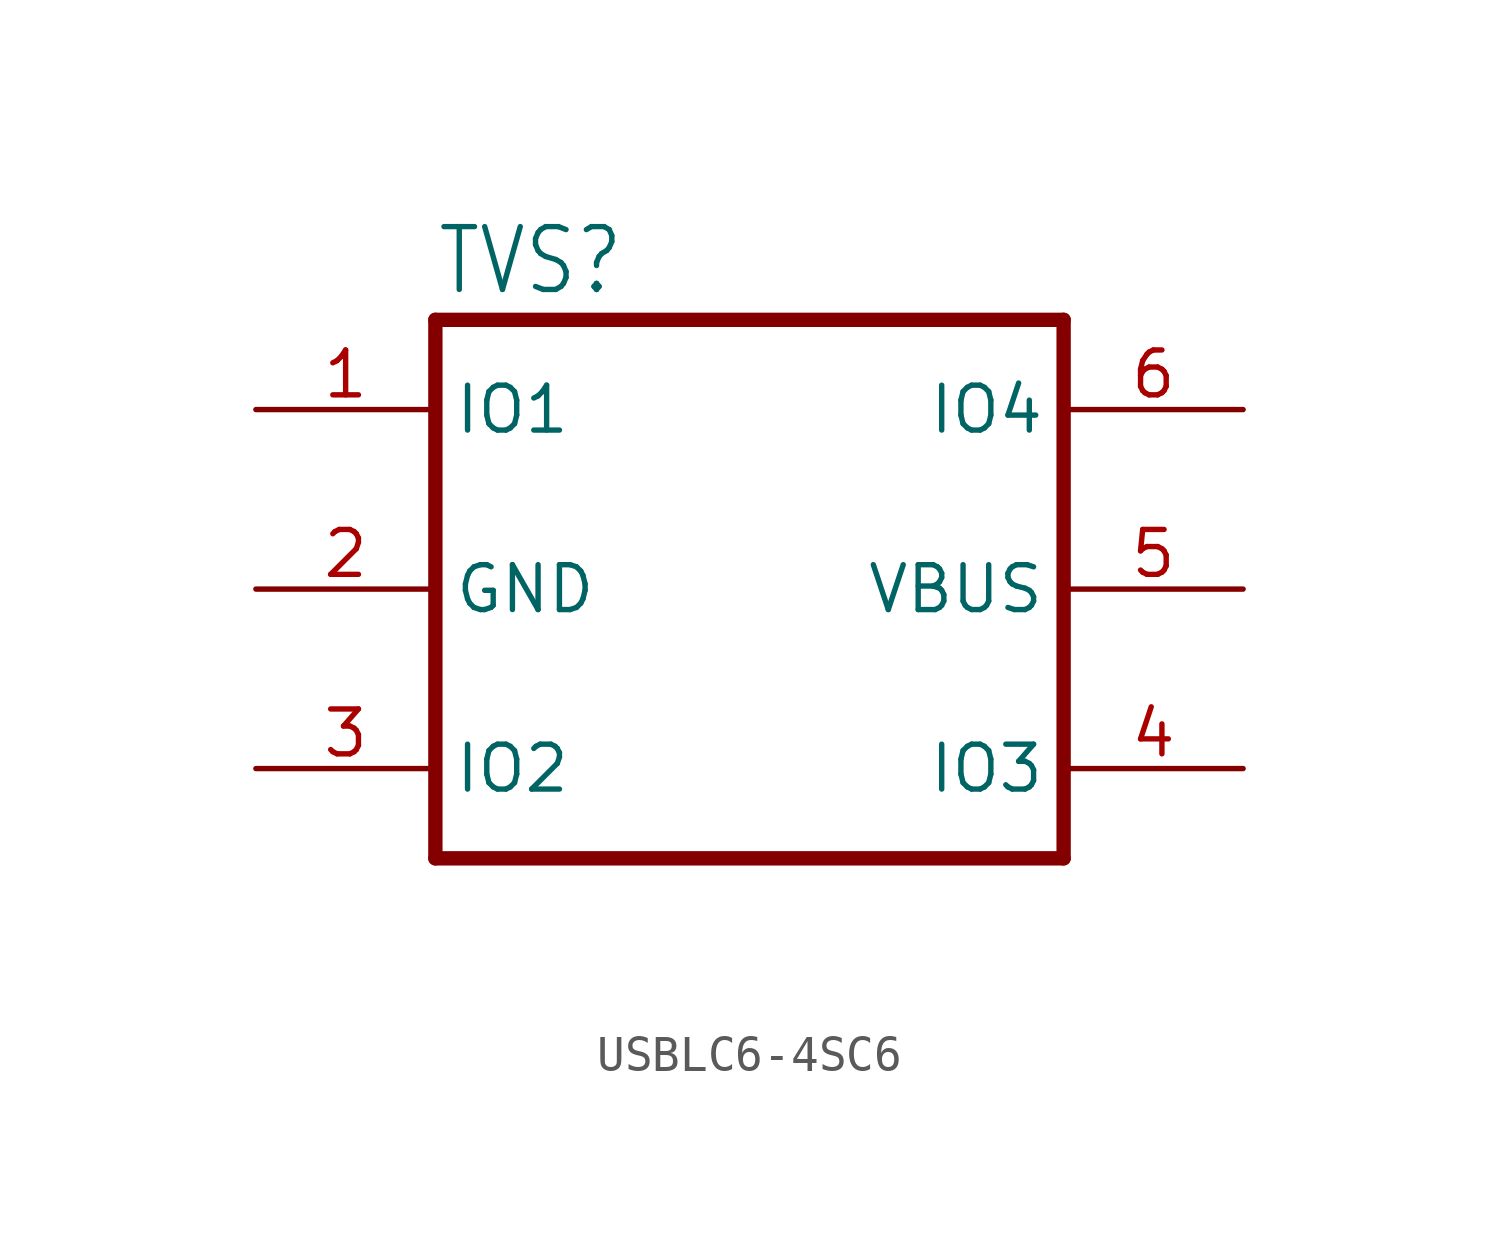
<source format=kicad_sym>
(kicad_symbol_lib
  (version 20231120)
  (generator "kicad_symbol_editor")
  (generator_version "8.0")
  (symbol "USBLC6-4SC6"
    (property "Reference" "TVS"
      (at -7.62 8.255 0)
      (effects (font (size 1.778 1.511)) (justify left bottom)))
    (property "Value" ""
      (at -7.62 -10.16 0)
      (effects (font (size 1.778 1.511)) (justify left bottom)))
    (property "ki_locked" ""
      (at 0 0 0)
      (effects (font (size 1.27 1.27))))
    (symbol "USBLC6-4SC6_1_0"
      (polyline (pts (xy -7.62 -7.62) (xy 10.16 -7.62)) (stroke (width 0.406) (type solid)) (fill (type none)))
      (polyline (pts (xy -7.62 7.62) (xy -7.62 -7.62)) (stroke (width 0.406) (type solid)) (fill (type none)))
      (polyline (pts (xy 10.16 -7.62) (xy 10.16 7.62)) (stroke (width 0.406) (type solid)) (fill (type none)))
      (polyline (pts (xy 10.16 7.62) (xy -7.62 7.62)) (stroke (width 0.406) (type solid)) (fill (type none)))
      (pin bidirectional line (at -12.7 5.08 0) (length 5.08) (name "IO1" (effects (font (size 1.27 1.27)))) (number "1" (effects (font (size 1.27 1.27)))))
      (pin bidirectional line (at -12.7 0 0) (length 5.08) (name "GND" (effects (font (size 1.27 1.27)))) (number "2" (effects (font (size 1.27 1.27)))))
      (pin bidirectional line (at -12.7 -5.08 0) (length 5.08) (name "IO2" (effects (font (size 1.27 1.27)))) (number "3" (effects (font (size 1.27 1.27)))))
      (pin bidirectional line (at 15.24 -5.08 180) (length 5.08) (name "IO3" (effects (font (size 1.27 1.27)))) (number "4" (effects (font (size 1.27 1.27)))))
      (pin bidirectional line (at 15.24 0 180) (length 5.08) (name "VBUS" (effects (font (size 1.27 1.27)))) (number "5" (effects (font (size 1.27 1.27)))))
      (pin bidirectional line (at 15.24 5.08 180) (length 5.08) (name "IO4" (effects (font (size 1.27 1.27)))) (number "6" (effects (font (size 1.27 1.27))))))))
</source>
